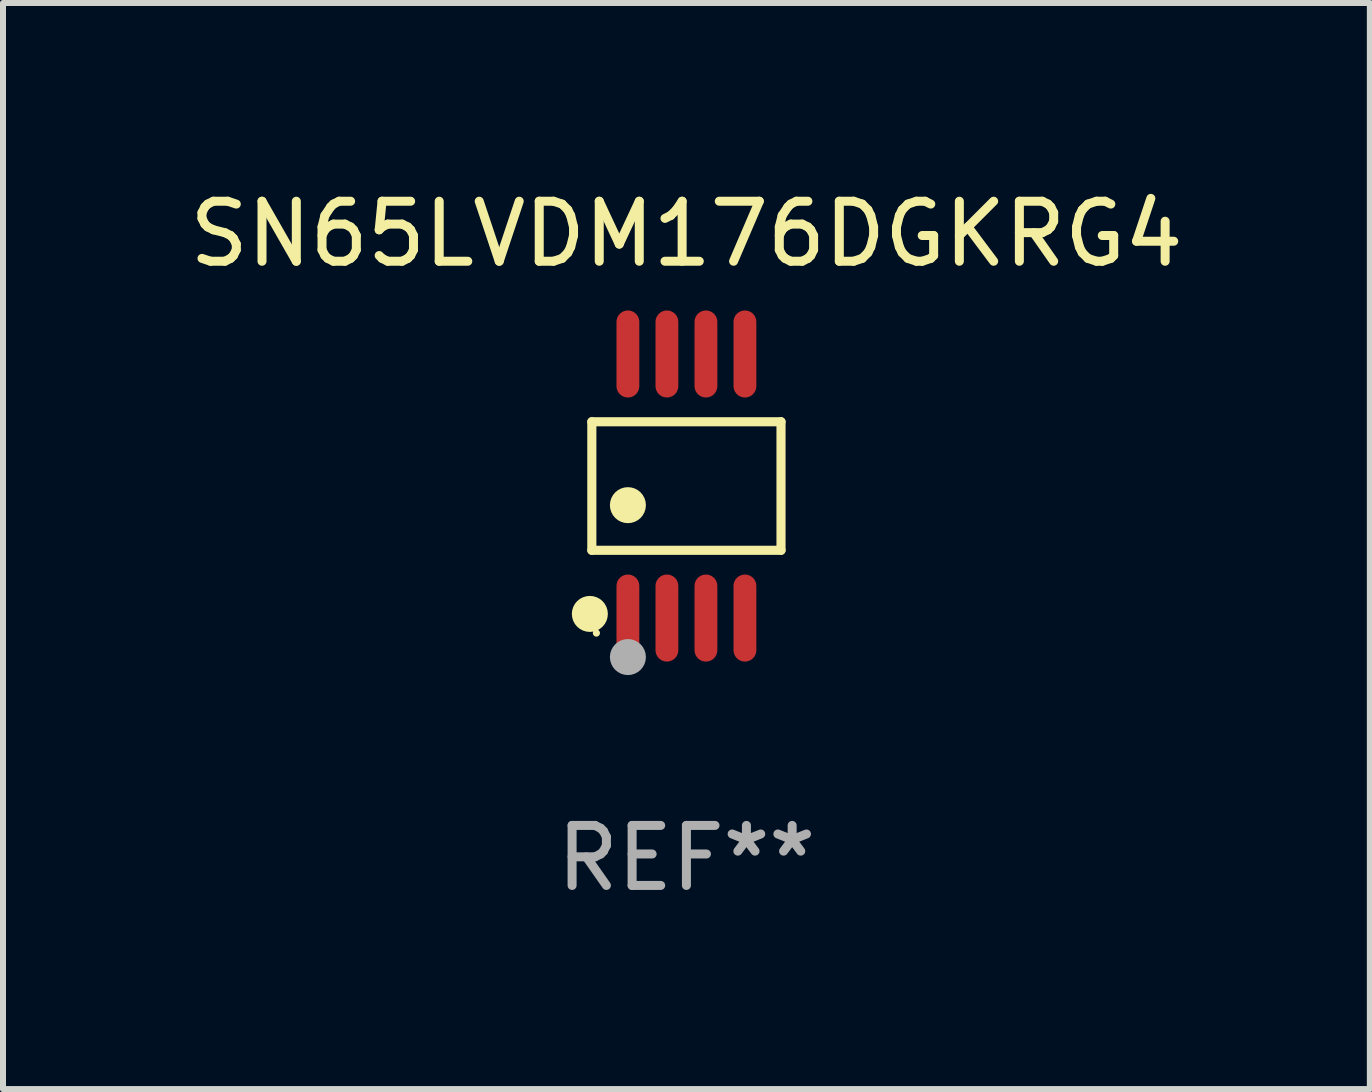
<source format=kicad_pcb>
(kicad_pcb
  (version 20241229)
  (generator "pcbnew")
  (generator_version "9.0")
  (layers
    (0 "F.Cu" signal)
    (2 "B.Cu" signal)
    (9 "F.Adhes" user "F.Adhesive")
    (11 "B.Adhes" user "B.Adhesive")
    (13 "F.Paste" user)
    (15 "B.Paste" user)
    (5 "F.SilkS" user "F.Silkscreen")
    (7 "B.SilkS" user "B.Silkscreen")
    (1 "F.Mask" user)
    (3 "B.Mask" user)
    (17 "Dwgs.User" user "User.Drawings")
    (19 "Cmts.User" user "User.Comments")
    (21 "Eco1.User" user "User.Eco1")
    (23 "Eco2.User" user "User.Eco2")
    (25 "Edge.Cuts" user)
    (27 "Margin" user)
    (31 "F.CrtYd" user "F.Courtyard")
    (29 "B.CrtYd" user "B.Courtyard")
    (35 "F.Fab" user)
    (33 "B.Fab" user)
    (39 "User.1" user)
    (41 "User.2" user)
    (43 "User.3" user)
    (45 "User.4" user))
  (footprint "SN65LVDM176DGKRG4"
    (layer "F.Cu")
    (at 8.387 5.048)
    (property "Reference" "SN65LVDM176DGKRG4" (at 0 -4.2 0) (layer "F.SilkS") (effects (font (size 1 1) (thickness 0.15))))
    (attr through_hole)
    (fp_line (start -1.576 -1.071) (end 1.576 -1.071) (stroke (width 0.152) (type solid)) (layer "F.SilkS"))
    (fp_line (start -1.576 1.071) (end -1.576 -1.071) (stroke (width 0.152) (type solid)) (layer "F.SilkS"))
    (fp_line (start 1.576 -1.071) (end 1.576 1.071) (stroke (width 0.152) (type solid)) (layer "F.SilkS"))
    (fp_line (start 1.576 1.071) (end -1.576 1.071) (stroke (width 0.152) (type solid)) (layer "F.SilkS"))
    (fp_circle (center -1.609 2.131) (end -1.459 2.131) (stroke (width 0.3) (type solid)) (fill no) (layer "F.SilkS"))
    (fp_circle (center -1.5 2.45) (end -1.47 2.45) (stroke (width 0.06) (type solid)) (fill no) (layer "F.SilkS"))
    (fp_circle (center -0.975 0.319) (end -0.825 0.319) (stroke (width 0.3) (type solid)) (fill no) (layer "F.SilkS"))
    (fp_circle (center -0.975 2.85) (end -0.825 2.85) (stroke (width 0.3) (type solid)) (fill no) (layer "F.Fab"))
    (fp_text user "REF**" (at 0 6.2 0) (layer "F.Fab") (effects (font (size 1 1) (thickness 0.15))))
    (pad "1" smd oval (at -0.975 2.2) (size 0.38 1.45) (layers "F.Cu" "F.Mask" "F.Paste"))
    (pad "2" smd oval (at -0.325 2.2) (size 0.38 1.45) (layers "F.Cu" "F.Mask" "F.Paste"))
    (pad "3" smd oval (at 0.325 2.2) (size 0.38 1.45) (layers "F.Cu" "F.Mask" "F.Paste"))
    (pad "4" smd oval (at 0.975 2.2) (size 0.38 1.45) (layers "F.Cu" "F.Mask" "F.Paste"))
    (pad "5" smd oval (at 0.975 -2.2) (size 0.38 1.45) (layers "F.Cu" "F.Mask" "F.Paste"))
    (pad "6" smd oval (at 0.325 -2.2) (size 0.38 1.45) (layers "F.Cu" "F.Mask" "F.Paste"))
    (pad "7" smd oval (at -0.325 -2.2) (size 0.38 1.45) (layers "F.Cu" "F.Mask" "F.Paste"))
    (pad "8" smd oval (at -0.975 -2.2) (size 0.38 1.45) (layers "F.Cu" "F.Mask" "F.Paste")))
  (gr_rect
    (start -3 -3)
    (end 19.774 15.096)
    (stroke (width 0.1) (type default))
    (fill no)
    (layer "Edge.Cuts")))
</source>
